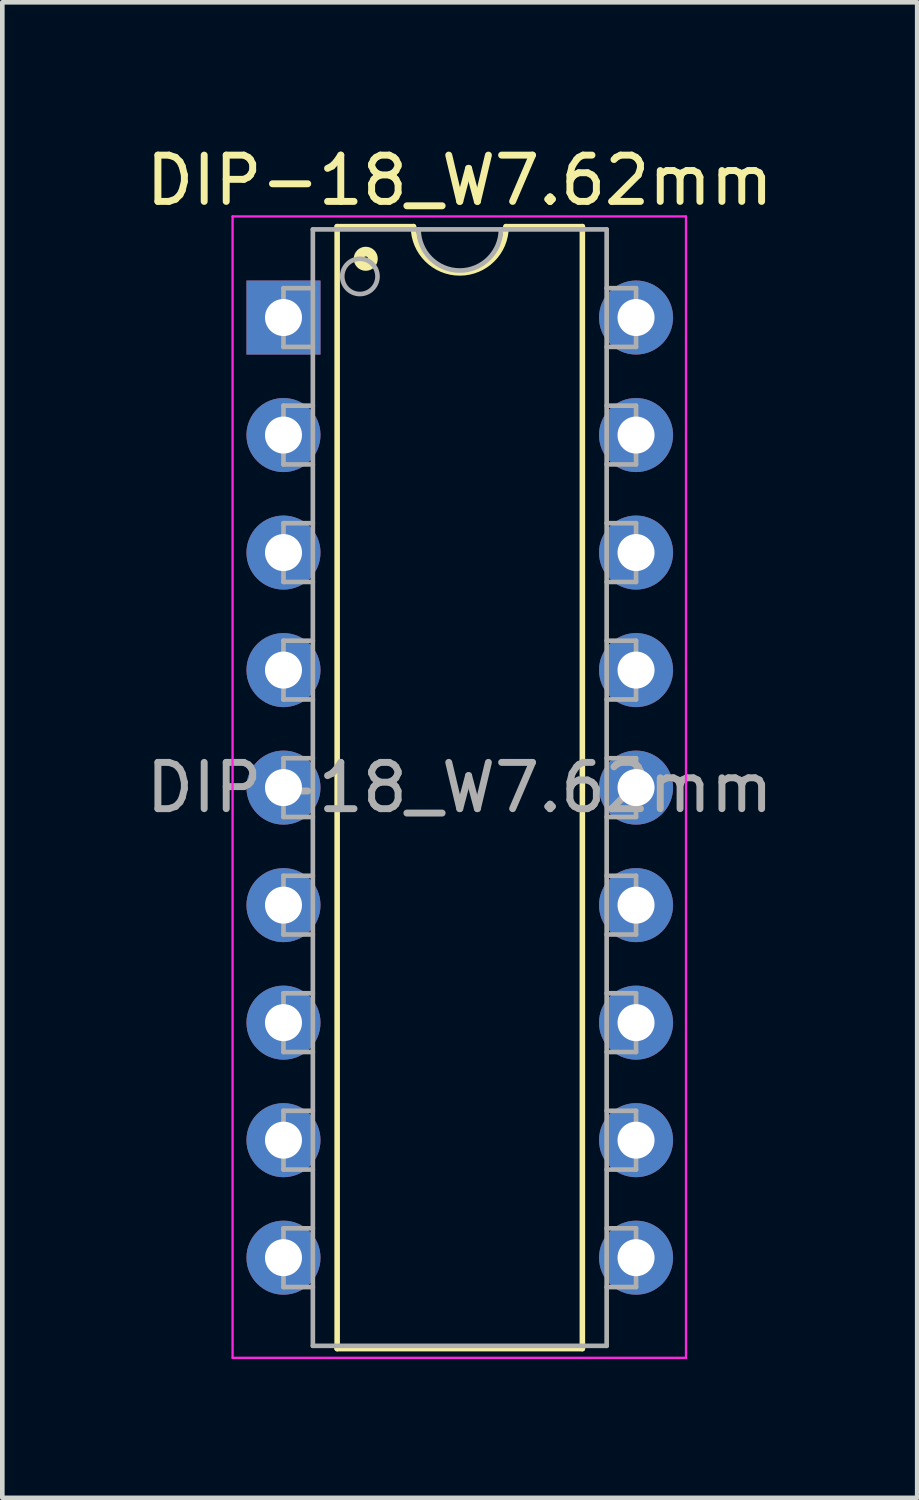
<source format=kicad_pcb>
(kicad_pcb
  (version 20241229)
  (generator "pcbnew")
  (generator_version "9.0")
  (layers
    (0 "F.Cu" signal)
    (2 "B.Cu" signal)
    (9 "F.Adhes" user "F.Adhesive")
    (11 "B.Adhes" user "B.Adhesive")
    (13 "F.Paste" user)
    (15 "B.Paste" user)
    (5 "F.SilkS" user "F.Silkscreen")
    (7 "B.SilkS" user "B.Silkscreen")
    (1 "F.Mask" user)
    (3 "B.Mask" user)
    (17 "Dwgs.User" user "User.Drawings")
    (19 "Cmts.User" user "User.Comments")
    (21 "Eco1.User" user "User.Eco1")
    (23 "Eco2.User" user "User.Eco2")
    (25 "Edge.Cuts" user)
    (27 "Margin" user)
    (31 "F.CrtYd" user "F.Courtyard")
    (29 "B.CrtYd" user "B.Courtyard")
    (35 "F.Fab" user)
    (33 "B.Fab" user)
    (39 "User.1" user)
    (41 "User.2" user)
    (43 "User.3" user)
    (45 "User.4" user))
  (footprint "DIP-18_W7.62mm"
    (layer "F.Cu")
    (at 3.077 3.813)
    (property "Reference" "DIP-18_W7.62mm" (at 3.81 -2.965 0) (layer "F.SilkS") (effects (font (size 1 1) (thickness 0.15))))
    (attr through_hole)
    (fp_line (start 1.16 -1.965) (end 1.16 22.285) (stroke (width 0.12) (type solid)) (layer "F.SilkS"))
    (fp_line (start 1.16 22.285) (end 6.46 22.285) (stroke (width 0.12) (type solid)) (layer "F.SilkS"))
    (fp_line (start 2.81 -1.965) (end 1.16 -1.965) (stroke (width 0.12) (type solid)) (layer "F.SilkS"))
    (fp_line (start 6.46 -1.965) (end 4.81 -1.965) (stroke (width 0.12) (type solid)) (layer "F.SilkS"))
    (fp_line (start 6.46 22.285) (end 6.46 -1.965) (stroke (width 0.12) (type solid)) (layer "F.SilkS"))
    (fp_arc (start 4.81 -1.965) (mid 3.81 -0.965) (end 2.81 -1.965) (stroke (width 0.12) (type solid)) (layer "F.SilkS"))
    (fp_circle (center 1.778 -1.27) (end 1.828 -1.27) (stroke (width 0.12) (type solid)) (fill no) (layer "F.SilkS"))
    (fp_circle (center 1.778 -1.27) (end 1.903 -1.27) (stroke (width 0.12) (type solid)) (fill no) (layer "F.SilkS"))
    (fp_circle (center 1.778 -1.27) (end 1.978 -1.27) (stroke (width 0.12) (type solid)) (fill no) (layer "F.SilkS"))
    (fp_line (start -1.1 -2.185) (end -1.1 22.485) (stroke (width 0.05) (type solid)) (layer "F.CrtYd"))
    (fp_line (start -1.1 22.485) (end 8.7 22.485) (stroke (width 0.05) (type solid)) (layer "F.CrtYd"))
    (fp_line (start 8.7 -2.185) (end -1.1 -2.185) (stroke (width 0.05) (type solid)) (layer "F.CrtYd"))
    (fp_line (start 8.7 22.485) (end 8.7 -2.185) (stroke (width 0.05) (type solid)) (layer "F.CrtYd"))
    (fp_line (start 0 -0.635) (end 0 0.635) (stroke (width 0.1) (type solid)) (layer "F.Fab"))
    (fp_line (start 0 -0.635) (end 0.635 -0.635) (stroke (width 0.1) (type solid)) (layer "F.Fab"))
    (fp_line (start 0 0.635) (end 0.635 0.635) (stroke (width 0.1) (type solid)) (layer "F.Fab"))
    (fp_line (start 0 1.905) (end 0 3.175) (stroke (width 0.1) (type solid)) (layer "F.Fab"))
    (fp_line (start 0 1.905) (end 0.635 1.905) (stroke (width 0.1) (type solid)) (layer "F.Fab"))
    (fp_line (start 0 3.175) (end 0.635 3.175) (stroke (width 0.1) (type solid)) (layer "F.Fab"))
    (fp_line (start 0 4.445) (end 0 5.715) (stroke (width 0.1) (type solid)) (layer "F.Fab"))
    (fp_line (start 0 4.445) (end 0.635 4.445) (stroke (width 0.1) (type solid)) (layer "F.Fab"))
    (fp_line (start 0 5.715) (end 0.635 5.715) (stroke (width 0.1) (type solid)) (layer "F.Fab"))
    (fp_line (start 0 6.985) (end 0 8.255) (stroke (width 0.1) (type solid)) (layer "F.Fab"))
    (fp_line (start 0 6.985) (end 0.635 6.985) (stroke (width 0.1) (type solid)) (layer "F.Fab"))
    (fp_line (start 0 8.255) (end 0.635 8.255) (stroke (width 0.1) (type solid)) (layer "F.Fab"))
    (fp_line (start 0 9.525) (end 0 10.795) (stroke (width 0.1) (type solid)) (layer "F.Fab"))
    (fp_line (start 0 9.525) (end 0.635 9.525) (stroke (width 0.1) (type solid)) (layer "F.Fab"))
    (fp_line (start 0 10.795) (end 0.635 10.795) (stroke (width 0.1) (type solid)) (layer "F.Fab"))
    (fp_line (start 0 12.065) (end 0 13.335) (stroke (width 0.1) (type solid)) (layer "F.Fab"))
    (fp_line (start 0 12.065) (end 0.635 12.065) (stroke (width 0.1) (type solid)) (layer "F.Fab"))
    (fp_line (start 0 13.335) (end 0.635 13.335) (stroke (width 0.1) (type solid)) (layer "F.Fab"))
    (fp_line (start 0 14.605) (end 0 15.875) (stroke (width 0.1) (type solid)) (layer "F.Fab"))
    (fp_line (start 0 14.605) (end 0.635 14.605) (stroke (width 0.1) (type solid)) (layer "F.Fab"))
    (fp_line (start 0 15.875) (end 0.635 15.875) (stroke (width 0.1) (type solid)) (layer "F.Fab"))
    (fp_line (start 0 17.145) (end 0 18.415) (stroke (width 0.1) (type solid)) (layer "F.Fab"))
    (fp_line (start 0 17.145) (end 0.635 17.145) (stroke (width 0.1) (type solid)) (layer "F.Fab"))
    (fp_line (start 0 18.415) (end 0.635 18.415) (stroke (width 0.1) (type solid)) (layer "F.Fab"))
    (fp_line (start 0 19.685) (end 0 20.955) (stroke (width 0.1) (type solid)) (layer "F.Fab"))
    (fp_line (start 0 19.685) (end 0.635 19.685) (stroke (width 0.1) (type solid)) (layer "F.Fab"))
    (fp_line (start 0 20.955) (end 0.635 20.955) (stroke (width 0.1) (type solid)) (layer "F.Fab"))
    (fp_line (start 0.635 -1.905) (end 6.985 -1.905) (stroke (width 0.1) (type solid)) (layer "F.Fab"))
    (fp_line (start 0.635 22.225) (end 0.635 -1.905) (stroke (width 0.1) (type solid)) (layer "F.Fab"))
    (fp_line (start 6.985 -1.905) (end 6.985 22.225) (stroke (width 0.1) (type solid)) (layer "F.Fab"))
    (fp_line (start 6.985 22.225) (end 0.635 22.225) (stroke (width 0.1) (type solid)) (layer "F.Fab"))
    (fp_line (start 7.62 -0.635) (end 6.985 -0.635) (stroke (width 0.1) (type solid)) (layer "F.Fab"))
    (fp_line (start 7.62 0.635) (end 6.985 0.635) (stroke (width 0.1) (type solid)) (layer "F.Fab"))
    (fp_line (start 7.62 0.635) (end 7.62 -0.635) (stroke (width 0.1) (type solid)) (layer "F.Fab"))
    (fp_line (start 7.62 1.905) (end 6.985 1.905) (stroke (width 0.1) (type solid)) (layer "F.Fab"))
    (fp_line (start 7.62 3.175) (end 6.985 3.175) (stroke (width 0.1) (type solid)) (layer "F.Fab"))
    (fp_line (start 7.62 3.175) (end 7.62 1.905) (stroke (width 0.1) (type solid)) (layer "F.Fab"))
    (fp_line (start 7.62 4.445) (end 6.985 4.445) (stroke (width 0.1) (type solid)) (layer "F.Fab"))
    (fp_line (start 7.62 5.715) (end 6.985 5.715) (stroke (width 0.1) (type solid)) (layer "F.Fab"))
    (fp_line (start 7.62 5.715) (end 7.62 4.445) (stroke (width 0.1) (type solid)) (layer "F.Fab"))
    (fp_line (start 7.62 6.985) (end 6.985 6.985) (stroke (width 0.1) (type solid)) (layer "F.Fab"))
    (fp_line (start 7.62 8.255) (end 6.985 8.255) (stroke (width 0.1) (type solid)) (layer "F.Fab"))
    (fp_line (start 7.62 8.255) (end 7.62 6.985) (stroke (width 0.1) (type solid)) (layer "F.Fab"))
    (fp_line (start 7.62 9.525) (end 6.985 9.525) (stroke (width 0.1) (type solid)) (layer "F.Fab"))
    (fp_line (start 7.62 10.795) (end 6.985 10.795) (stroke (width 0.1) (type solid)) (layer "F.Fab"))
    (fp_line (start 7.62 10.795) (end 7.62 9.525) (stroke (width 0.1) (type solid)) (layer "F.Fab"))
    (fp_line (start 7.62 12.065) (end 6.985 12.065) (stroke (width 0.1) (type solid)) (layer "F.Fab"))
    (fp_line (start 7.62 13.335) (end 6.985 13.335) (stroke (width 0.1) (type solid)) (layer "F.Fab"))
    (fp_line (start 7.62 13.335) (end 7.62 12.065) (stroke (width 0.1) (type solid)) (layer "F.Fab"))
    (fp_line (start 7.62 14.605) (end 6.985 14.605) (stroke (width 0.1) (type solid)) (layer "F.Fab"))
    (fp_line (start 7.62 15.875) (end 6.985 15.875) (stroke (width 0.1) (type solid)) (layer "F.Fab"))
    (fp_line (start 7.62 15.875) (end 7.62 14.605) (stroke (width 0.1) (type solid)) (layer "F.Fab"))
    (fp_line (start 7.62 17.145) (end 6.985 17.145) (stroke (width 0.1) (type solid)) (layer "F.Fab"))
    (fp_line (start 7.62 18.415) (end 6.985 18.415) (stroke (width 0.1) (type solid)) (layer "F.Fab"))
    (fp_line (start 7.62 18.415) (end 7.62 17.145) (stroke (width 0.1) (type solid)) (layer "F.Fab"))
    (fp_line (start 7.62 19.685) (end 6.985 19.685) (stroke (width 0.1) (type solid)) (layer "F.Fab"))
    (fp_line (start 7.62 20.955) (end 6.985 20.955) (stroke (width 0.1) (type solid)) (layer "F.Fab"))
    (fp_line (start 7.62 20.955) (end 7.62 19.685) (stroke (width 0.1) (type solid)) (layer "F.Fab"))
    (fp_arc (start 4.699 -1.905) (mid 3.81 -1.016) (end 2.921 -1.905) (stroke (width 0.1) (type solid)) (layer "F.Fab"))
    (fp_circle (center 1.651 -0.889) (end 2.032 -0.889) (stroke (width 0.1) (type solid)) (fill no) (layer "F.Fab"))
    (fp_text user "${REFERENCE}" (at 3.81 10.16 0) (layer "F.Fab") (effects (font (size 1 1) (thickness 0.15))))
    (pad "1" thru_hole rect (at 0 0) (size 1.6 1.6) (drill 0.8) (layers "*.Cu" "*.Mask"))
    (pad "2" thru_hole oval (at 0 2.54) (size 1.6 1.6) (drill 0.8) (layers "*.Cu" "*.Mask"))
    (pad "3" thru_hole oval (at 0 5.08) (size 1.6 1.6) (drill 0.8) (layers "*.Cu" "*.Mask"))
    (pad "4" thru_hole oval (at 0 7.62) (size 1.6 1.6) (drill 0.8) (layers "*.Cu" "*.Mask"))
    (pad "5" thru_hole oval (at 0 10.16) (size 1.6 1.6) (drill 0.8) (layers "*.Cu" "*.Mask"))
    (pad "6" thru_hole oval (at 0 12.7) (size 1.6 1.6) (drill 0.8) (layers "*.Cu" "*.Mask"))
    (pad "7" thru_hole oval (at 0 15.24) (size 1.6 1.6) (drill 0.8) (layers "*.Cu" "*.Mask"))
    (pad "8" thru_hole oval (at 0 17.78) (size 1.6 1.6) (drill 0.8) (layers "*.Cu" "*.Mask"))
    (pad "9" thru_hole oval (at 0 20.32) (size 1.6 1.6) (drill 0.8) (layers "*.Cu" "*.Mask"))
    (pad "10" thru_hole oval (at 7.62 20.32) (size 1.6 1.6) (drill 0.8) (layers "*.Cu" "*.Mask"))
    (pad "11" thru_hole oval (at 7.62 17.78) (size 1.6 1.6) (drill 0.8) (layers "*.Cu" "*.Mask"))
    (pad "12" thru_hole oval (at 7.62 15.24) (size 1.6 1.6) (drill 0.8) (layers "*.Cu" "*.Mask"))
    (pad "13" thru_hole oval (at 7.62 12.7) (size 1.6 1.6) (drill 0.8) (layers "*.Cu" "*.Mask"))
    (pad "14" thru_hole oval (at 7.62 10.16) (size 1.6 1.6) (drill 0.8) (layers "*.Cu" "*.Mask"))
    (pad "15" thru_hole oval (at 7.62 7.62) (size 1.6 1.6) (drill 0.8) (layers "*.Cu" "*.Mask"))
    (pad "16" thru_hole oval (at 7.62 5.08) (size 1.6 1.6) (drill 0.8) (layers "*.Cu" "*.Mask"))
    (pad "17" thru_hole oval (at 7.62 2.54) (size 1.6 1.6) (drill 0.8) (layers "*.Cu" "*.Mask"))
    (pad "18" thru_hole oval (at 7.62 0) (size 1.6 1.6) (drill 0.8) (layers "*.Cu" "*.Mask")))
  (gr_rect
    (start -3 -3)
    (end 16.774 29.323)
    (stroke (width 0.1) (type default))
    (fill no)
    (layer "Edge.Cuts")))
</source>
